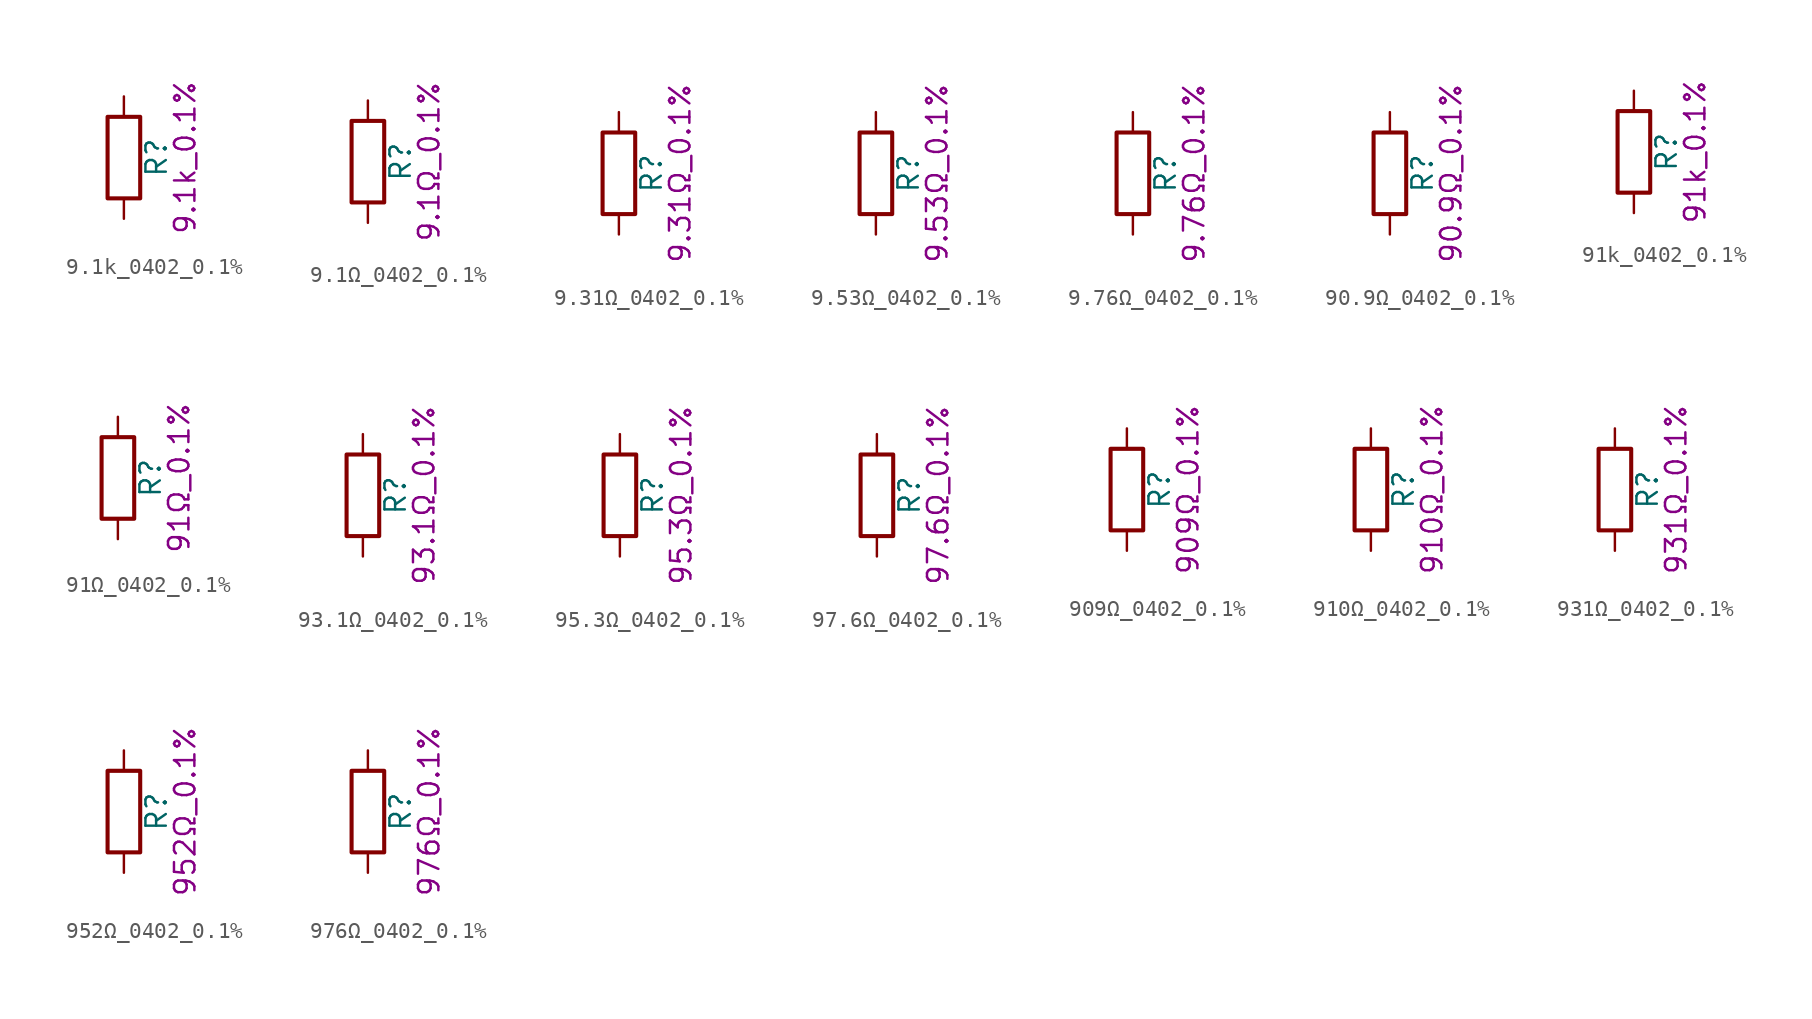
<source format=kicad_sym>
(kicad_symbol_lib
  (version 20211014)
  (generator kicad_symbol_editor)
  (symbol "9.1k_0402_0.1%"
    (pin_numbers hide)
    (pin_names
      (offset 0))
    (property "Reference" "R"
      (at 2.032 0 90)
      (effects (font (size 1.27 1.27))))
    (property "Display" "9.1k_0.1%"
      (at 3.81 0 90)
      (effects (font (size 1.27 1.27))))
    (symbol "9.1k_0402_0.1%_0_1"
      (rectangle (start -1.016 -2.54) (end 1.016 2.54) (stroke (width 0.254) (type default) (color 0 0 0 0)) (fill (type none))))
    (symbol "9.1k_0402_0.1%_1_1"
      (pin passive line (at 0 3.81 270) (length 1.27) (name "~" (effects (font (size 1.27 1.27)))) (number "1" (effects (font (size 1.27 1.27)))))
      (pin passive line (at 0 -3.81 90) (length 1.27) (name "~" (effects (font (size 1.27 1.27)))) (number "2" (effects (font (size 1.27 1.27)))))))
  (symbol "9.1Ω_0402_0.1%"
    (pin_numbers hide)
    (pin_names
      (offset 0))
    (property "Reference" "R"
      (at 2.032 0 90)
      (effects (font (size 1.27 1.27))))
    (property "Display" "9.1Ω_0.1%"
      (at 3.81 0 90)
      (effects (font (size 1.27 1.27))))
    (symbol "9.1Ω_0402_0.1%_0_1"
      (rectangle (start -1.016 -2.54) (end 1.016 2.54) (stroke (width 0.254) (type default) (color 0 0 0 0)) (fill (type none))))
    (symbol "9.1Ω_0402_0.1%_1_1"
      (pin passive line (at 0 3.81 270) (length 1.27) (name "~" (effects (font (size 1.27 1.27)))) (number "1" (effects (font (size 1.27 1.27)))))
      (pin passive line (at 0 -3.81 90) (length 1.27) (name "~" (effects (font (size 1.27 1.27)))) (number "2" (effects (font (size 1.27 1.27)))))))
  (symbol "9.31Ω_0402_0.1%"
    (pin_numbers hide)
    (pin_names
      (offset 0))
    (property "Reference" "R"
      (at 2.032 0 90)
      (effects (font (size 1.27 1.27))))
    (property "Display" "9.31Ω_0.1%"
      (at 3.81 0 90)
      (effects (font (size 1.27 1.27))))
    (symbol "9.31Ω_0402_0.1%_0_1"
      (rectangle (start -1.016 -2.54) (end 1.016 2.54) (stroke (width 0.254) (type default) (color 0 0 0 0)) (fill (type none))))
    (symbol "9.31Ω_0402_0.1%_1_1"
      (pin passive line (at 0 3.81 270) (length 1.27) (name "~" (effects (font (size 1.27 1.27)))) (number "1" (effects (font (size 1.27 1.27)))))
      (pin passive line (at 0 -3.81 90) (length 1.27) (name "~" (effects (font (size 1.27 1.27)))) (number "2" (effects (font (size 1.27 1.27)))))))
  (symbol "9.53Ω_0402_0.1%"
    (pin_numbers hide)
    (pin_names
      (offset 0))
    (property "Reference" "R"
      (at 2.032 0 90)
      (effects (font (size 1.27 1.27))))
    (property "Display" "9.53Ω_0.1%"
      (at 3.81 0 90)
      (effects (font (size 1.27 1.27))))
    (symbol "9.53Ω_0402_0.1%_0_1"
      (rectangle (start -1.016 -2.54) (end 1.016 2.54) (stroke (width 0.254) (type default) (color 0 0 0 0)) (fill (type none))))
    (symbol "9.53Ω_0402_0.1%_1_1"
      (pin passive line (at 0 3.81 270) (length 1.27) (name "~" (effects (font (size 1.27 1.27)))) (number "1" (effects (font (size 1.27 1.27)))))
      (pin passive line (at 0 -3.81 90) (length 1.27) (name "~" (effects (font (size 1.27 1.27)))) (number "2" (effects (font (size 1.27 1.27)))))))
  (symbol "9.76Ω_0402_0.1%"
    (pin_numbers hide)
    (pin_names
      (offset 0))
    (property "Reference" "R"
      (at 2.032 0 90)
      (effects (font (size 1.27 1.27))))
    (property "Display" "9.76Ω_0.1%"
      (at 3.81 0 90)
      (effects (font (size 1.27 1.27))))
    (symbol "9.76Ω_0402_0.1%_0_1"
      (rectangle (start -1.016 -2.54) (end 1.016 2.54) (stroke (width 0.254) (type default) (color 0 0 0 0)) (fill (type none))))
    (symbol "9.76Ω_0402_0.1%_1_1"
      (pin passive line (at 0 3.81 270) (length 1.27) (name "~" (effects (font (size 1.27 1.27)))) (number "1" (effects (font (size 1.27 1.27)))))
      (pin passive line (at 0 -3.81 90) (length 1.27) (name "~" (effects (font (size 1.27 1.27)))) (number "2" (effects (font (size 1.27 1.27)))))))
  (symbol "90.9Ω_0402_0.1%"
    (pin_numbers hide)
    (pin_names
      (offset 0))
    (property "Reference" "R"
      (at 2.032 0 90)
      (effects (font (size 1.27 1.27))))
    (property "Display" "90.9Ω_0.1%"
      (at 3.81 0 90)
      (effects (font (size 1.27 1.27))))
    (symbol "90.9Ω_0402_0.1%_0_1"
      (rectangle (start -1.016 -2.54) (end 1.016 2.54) (stroke (width 0.254) (type default) (color 0 0 0 0)) (fill (type none))))
    (symbol "90.9Ω_0402_0.1%_1_1"
      (pin passive line (at 0 3.81 270) (length 1.27) (name "~" (effects (font (size 1.27 1.27)))) (number "1" (effects (font (size 1.27 1.27)))))
      (pin passive line (at 0 -3.81 90) (length 1.27) (name "~" (effects (font (size 1.27 1.27)))) (number "2" (effects (font (size 1.27 1.27)))))))
  (symbol "91k_0402_0.1%"
    (pin_numbers hide)
    (pin_names
      (offset 0))
    (property "Reference" "R"
      (at 2.032 0 90)
      (effects (font (size 1.27 1.27))))
    (property "Display" "91k_0.1%"
      (at 3.81 0 90)
      (effects (font (size 1.27 1.27))))
    (symbol "91k_0402_0.1%_0_1"
      (rectangle (start -1.016 -2.54) (end 1.016 2.54) (stroke (width 0.254) (type default) (color 0 0 0 0)) (fill (type none))))
    (symbol "91k_0402_0.1%_1_1"
      (pin passive line (at 0 3.81 270) (length 1.27) (name "~" (effects (font (size 1.27 1.27)))) (number "1" (effects (font (size 1.27 1.27)))))
      (pin passive line (at 0 -3.81 90) (length 1.27) (name "~" (effects (font (size 1.27 1.27)))) (number "2" (effects (font (size 1.27 1.27)))))))
  (symbol "91Ω_0402_0.1%"
    (pin_numbers hide)
    (pin_names
      (offset 0))
    (property "Reference" "R"
      (at 2.032 0 90)
      (effects (font (size 1.27 1.27))))
    (property "Display" "91Ω_0.1%"
      (at 3.81 0 90)
      (effects (font (size 1.27 1.27))))
    (symbol "91Ω_0402_0.1%_0_1"
      (rectangle (start -1.016 -2.54) (end 1.016 2.54) (stroke (width 0.254) (type default) (color 0 0 0 0)) (fill (type none))))
    (symbol "91Ω_0402_0.1%_1_1"
      (pin passive line (at 0 3.81 270) (length 1.27) (name "~" (effects (font (size 1.27 1.27)))) (number "1" (effects (font (size 1.27 1.27)))))
      (pin passive line (at 0 -3.81 90) (length 1.27) (name "~" (effects (font (size 1.27 1.27)))) (number "2" (effects (font (size 1.27 1.27)))))))
  (symbol "93.1Ω_0402_0.1%"
    (pin_numbers hide)
    (pin_names
      (offset 0))
    (property "Reference" "R"
      (at 2.032 0 90)
      (effects (font (size 1.27 1.27))))
    (property "Display" "93.1Ω_0.1%"
      (at 3.81 0 90)
      (effects (font (size 1.27 1.27))))
    (symbol "93.1Ω_0402_0.1%_0_1"
      (rectangle (start -1.016 -2.54) (end 1.016 2.54) (stroke (width 0.254) (type default) (color 0 0 0 0)) (fill (type none))))
    (symbol "93.1Ω_0402_0.1%_1_1"
      (pin passive line (at 0 3.81 270) (length 1.27) (name "~" (effects (font (size 1.27 1.27)))) (number "1" (effects (font (size 1.27 1.27)))))
      (pin passive line (at 0 -3.81 90) (length 1.27) (name "~" (effects (font (size 1.27 1.27)))) (number "2" (effects (font (size 1.27 1.27)))))))
  (symbol "95.3Ω_0402_0.1%"
    (pin_numbers hide)
    (pin_names
      (offset 0))
    (property "Reference" "R"
      (at 2.032 0 90)
      (effects (font (size 1.27 1.27))))
    (property "Display" "95.3Ω_0.1%"
      (at 3.81 0 90)
      (effects (font (size 1.27 1.27))))
    (symbol "95.3Ω_0402_0.1%_0_1"
      (rectangle (start -1.016 -2.54) (end 1.016 2.54) (stroke (width 0.254) (type default) (color 0 0 0 0)) (fill (type none))))
    (symbol "95.3Ω_0402_0.1%_1_1"
      (pin passive line (at 0 3.81 270) (length 1.27) (name "~" (effects (font (size 1.27 1.27)))) (number "1" (effects (font (size 1.27 1.27)))))
      (pin passive line (at 0 -3.81 90) (length 1.27) (name "~" (effects (font (size 1.27 1.27)))) (number "2" (effects (font (size 1.27 1.27)))))))
  (symbol "97.6Ω_0402_0.1%"
    (pin_numbers hide)
    (pin_names
      (offset 0))
    (property "Reference" "R"
      (at 2.032 0 90)
      (effects (font (size 1.27 1.27))))
    (property "Display" "97.6Ω_0.1%"
      (at 3.81 0 90)
      (effects (font (size 1.27 1.27))))
    (symbol "97.6Ω_0402_0.1%_0_1"
      (rectangle (start -1.016 -2.54) (end 1.016 2.54) (stroke (width 0.254) (type default) (color 0 0 0 0)) (fill (type none))))
    (symbol "97.6Ω_0402_0.1%_1_1"
      (pin passive line (at 0 3.81 270) (length 1.27) (name "~" (effects (font (size 1.27 1.27)))) (number "1" (effects (font (size 1.27 1.27)))))
      (pin passive line (at 0 -3.81 90) (length 1.27) (name "~" (effects (font (size 1.27 1.27)))) (number "2" (effects (font (size 1.27 1.27)))))))
  (symbol "909Ω_0402_0.1%"
    (pin_numbers hide)
    (pin_names
      (offset 0))
    (property "Reference" "R"
      (at 2.032 0 90)
      (effects (font (size 1.27 1.27))))
    (property "Display" "909Ω_0.1%"
      (at 3.81 0 90)
      (effects (font (size 1.27 1.27))))
    (symbol "909Ω_0402_0.1%_0_1"
      (rectangle (start -1.016 -2.54) (end 1.016 2.54) (stroke (width 0.254) (type default) (color 0 0 0 0)) (fill (type none))))
    (symbol "909Ω_0402_0.1%_1_1"
      (pin passive line (at 0 3.81 270) (length 1.27) (name "~" (effects (font (size 1.27 1.27)))) (number "1" (effects (font (size 1.27 1.27)))))
      (pin passive line (at 0 -3.81 90) (length 1.27) (name "~" (effects (font (size 1.27 1.27)))) (number "2" (effects (font (size 1.27 1.27)))))))
  (symbol "910Ω_0402_0.1%"
    (pin_numbers hide)
    (pin_names
      (offset 0))
    (property "Reference" "R"
      (at 2.032 0 90)
      (effects (font (size 1.27 1.27))))
    (property "Display" "910Ω_0.1%"
      (at 3.81 0 90)
      (effects (font (size 1.27 1.27))))
    (symbol "910Ω_0402_0.1%_0_1"
      (rectangle (start -1.016 -2.54) (end 1.016 2.54) (stroke (width 0.254) (type default) (color 0 0 0 0)) (fill (type none))))
    (symbol "910Ω_0402_0.1%_1_1"
      (pin passive line (at 0 3.81 270) (length 1.27) (name "~" (effects (font (size 1.27 1.27)))) (number "1" (effects (font (size 1.27 1.27)))))
      (pin passive line (at 0 -3.81 90) (length 1.27) (name "~" (effects (font (size 1.27 1.27)))) (number "2" (effects (font (size 1.27 1.27)))))))
  (symbol "931Ω_0402_0.1%"
    (pin_numbers hide)
    (pin_names
      (offset 0))
    (property "Reference" "R"
      (at 2.032 0 90)
      (effects (font (size 1.27 1.27))))
    (property "Display" "931Ω_0.1%"
      (at 3.81 0 90)
      (effects (font (size 1.27 1.27))))
    (symbol "931Ω_0402_0.1%_0_1"
      (rectangle (start -1.016 -2.54) (end 1.016 2.54) (stroke (width 0.254) (type default) (color 0 0 0 0)) (fill (type none))))
    (symbol "931Ω_0402_0.1%_1_1"
      (pin passive line (at 0 3.81 270) (length 1.27) (name "~" (effects (font (size 1.27 1.27)))) (number "1" (effects (font (size 1.27 1.27)))))
      (pin passive line (at 0 -3.81 90) (length 1.27) (name "~" (effects (font (size 1.27 1.27)))) (number "2" (effects (font (size 1.27 1.27)))))))
  (symbol "952Ω_0402_0.1%"
    (pin_numbers hide)
    (pin_names
      (offset 0))
    (property "Reference" "R"
      (at 2.032 0 90)
      (effects (font (size 1.27 1.27))))
    (property "Display" "952Ω_0.1%"
      (at 3.81 0 90)
      (effects (font (size 1.27 1.27))))
    (symbol "952Ω_0402_0.1%_0_1"
      (rectangle (start -1.016 -2.54) (end 1.016 2.54) (stroke (width 0.254) (type default) (color 0 0 0 0)) (fill (type none))))
    (symbol "952Ω_0402_0.1%_1_1"
      (pin passive line (at 0 3.81 270) (length 1.27) (name "~" (effects (font (size 1.27 1.27)))) (number "1" (effects (font (size 1.27 1.27)))))
      (pin passive line (at 0 -3.81 90) (length 1.27) (name "~" (effects (font (size 1.27 1.27)))) (number "2" (effects (font (size 1.27 1.27)))))))
  (symbol "976Ω_0402_0.1%"
    (pin_numbers hide)
    (pin_names
      (offset 0))
    (property "Reference" "R"
      (at 2.032 0 90)
      (effects (font (size 1.27 1.27))))
    (property "Display" "976Ω_0.1%"
      (at 3.81 0 90)
      (effects (font (size 1.27 1.27))))
    (symbol "976Ω_0402_0.1%_0_1"
      (rectangle (start -1.016 -2.54) (end 1.016 2.54) (stroke (width 0.254) (type default) (color 0 0 0 0)) (fill (type none))))
    (symbol "976Ω_0402_0.1%_1_1"
      (pin passive line (at 0 3.81 270) (length 1.27) (name "~" (effects (font (size 1.27 1.27)))) (number "1" (effects (font (size 1.27 1.27)))))
      (pin passive line (at 0 -3.81 90) (length 1.27) (name "~" (effects (font (size 1.27 1.27)))) (number "2" (effects (font (size 1.27 1.27))))))))
</source>
